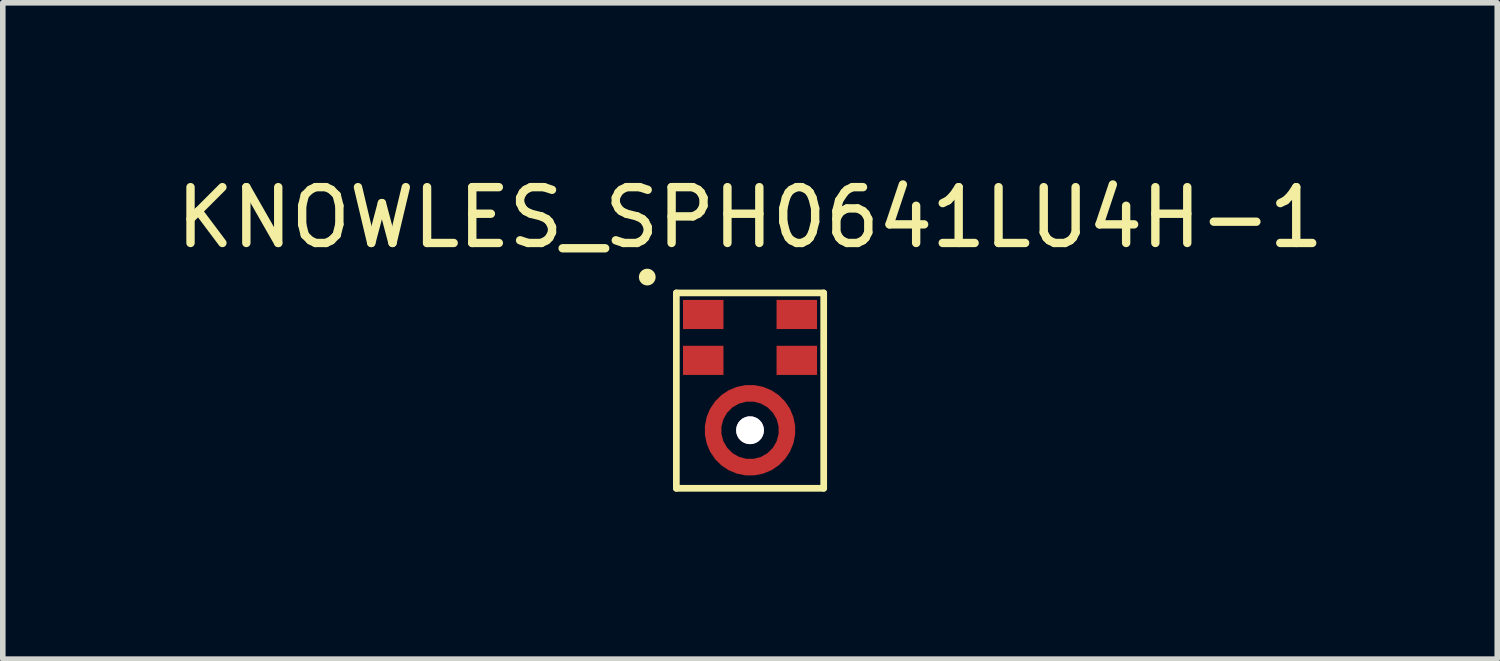
<source format=kicad_pcb>
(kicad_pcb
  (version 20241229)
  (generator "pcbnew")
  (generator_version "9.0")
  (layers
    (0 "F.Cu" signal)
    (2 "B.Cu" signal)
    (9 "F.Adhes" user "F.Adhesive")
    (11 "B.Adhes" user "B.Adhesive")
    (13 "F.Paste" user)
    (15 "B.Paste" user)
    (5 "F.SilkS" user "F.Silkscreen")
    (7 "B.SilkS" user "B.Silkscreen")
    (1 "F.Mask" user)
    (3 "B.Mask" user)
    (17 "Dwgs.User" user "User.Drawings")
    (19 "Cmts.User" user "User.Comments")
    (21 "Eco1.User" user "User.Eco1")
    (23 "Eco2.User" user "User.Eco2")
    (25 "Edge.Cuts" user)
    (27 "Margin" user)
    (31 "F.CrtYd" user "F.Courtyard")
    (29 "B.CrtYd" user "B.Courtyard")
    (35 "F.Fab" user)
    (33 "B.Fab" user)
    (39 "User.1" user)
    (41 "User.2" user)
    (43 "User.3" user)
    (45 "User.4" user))
  (footprint "KNOWLES_SPH0641LU4H-1"
    (layer "F.Cu")
    (at 10.387 4.658)
    (property "Reference" "KNOWLES_SPH0641LU4H-1" (at 0 -3.81 0) (layer "F.SilkS") (effects (font (size 1 1) (thickness 0.15))))
    (attr through_hole)
    (fp_line (start -1.32 -2.46) (end -1.32 1.04) (stroke (width 0.12) (type solid)) (layer "F.SilkS"))
    (fp_line (start -1.32 1.04) (end 1.32 1.04) (stroke (width 0.12) (type solid)) (layer "F.SilkS"))
    (fp_line (start 1.32 -2.46) (end -1.32 -2.46) (stroke (width 0.12) (type solid)) (layer "F.SilkS"))
    (fp_line (start 1.32 1.04) (end 1.32 -2.46) (stroke (width 0.12) (type solid)) (layer "F.SilkS"))
    (fp_circle (center -1.841 -2.744) (end -1.766 -2.744) (stroke (width 0.15) (type solid)) (fill no) (layer "F.SilkS"))
    (pad "" np_thru_hole custom (at 0 0) (size 0.5 0.5) (drill 0.5) (layers "*.Cu" "*.Mask") (options (anchor circle)) (primitives))
    (pad "1" smd rect (at -0.838 -2.074) (size 0.725 0.522) (layers "F.Cu" "F.Mask" "F.Paste"))
    (pad "2" smd rect (at -0.838 -1.252) (size 0.725 0.522) (layers "F.Cu" "F.Mask" "F.Paste"))
    (pad "3" smd custom (at 0 0.662) (size 0.3 0.3) (layers "F.Cu" "F.Mask" "F.Paste") (options (anchor circle)) (primitives (gr_circle (center 0 -0.662) (end 0.662 -0.662) (width 0.3) (fill no))))
    (pad "4" smd rect (at 0.838 -1.252) (size 0.725 0.522) (layers "F.Cu" "F.Mask" "F.Paste"))
    (pad "5" smd rect (at 0.838 -2.074) (size 0.725 0.522) (layers "F.Cu" "F.Mask" "F.Paste")))
  (gr_rect
    (start -3 -3)
    (end 23.774 8.758)
    (stroke (width 0.1) (type default))
    (fill no)
    (layer "Edge.Cuts")))
</source>
